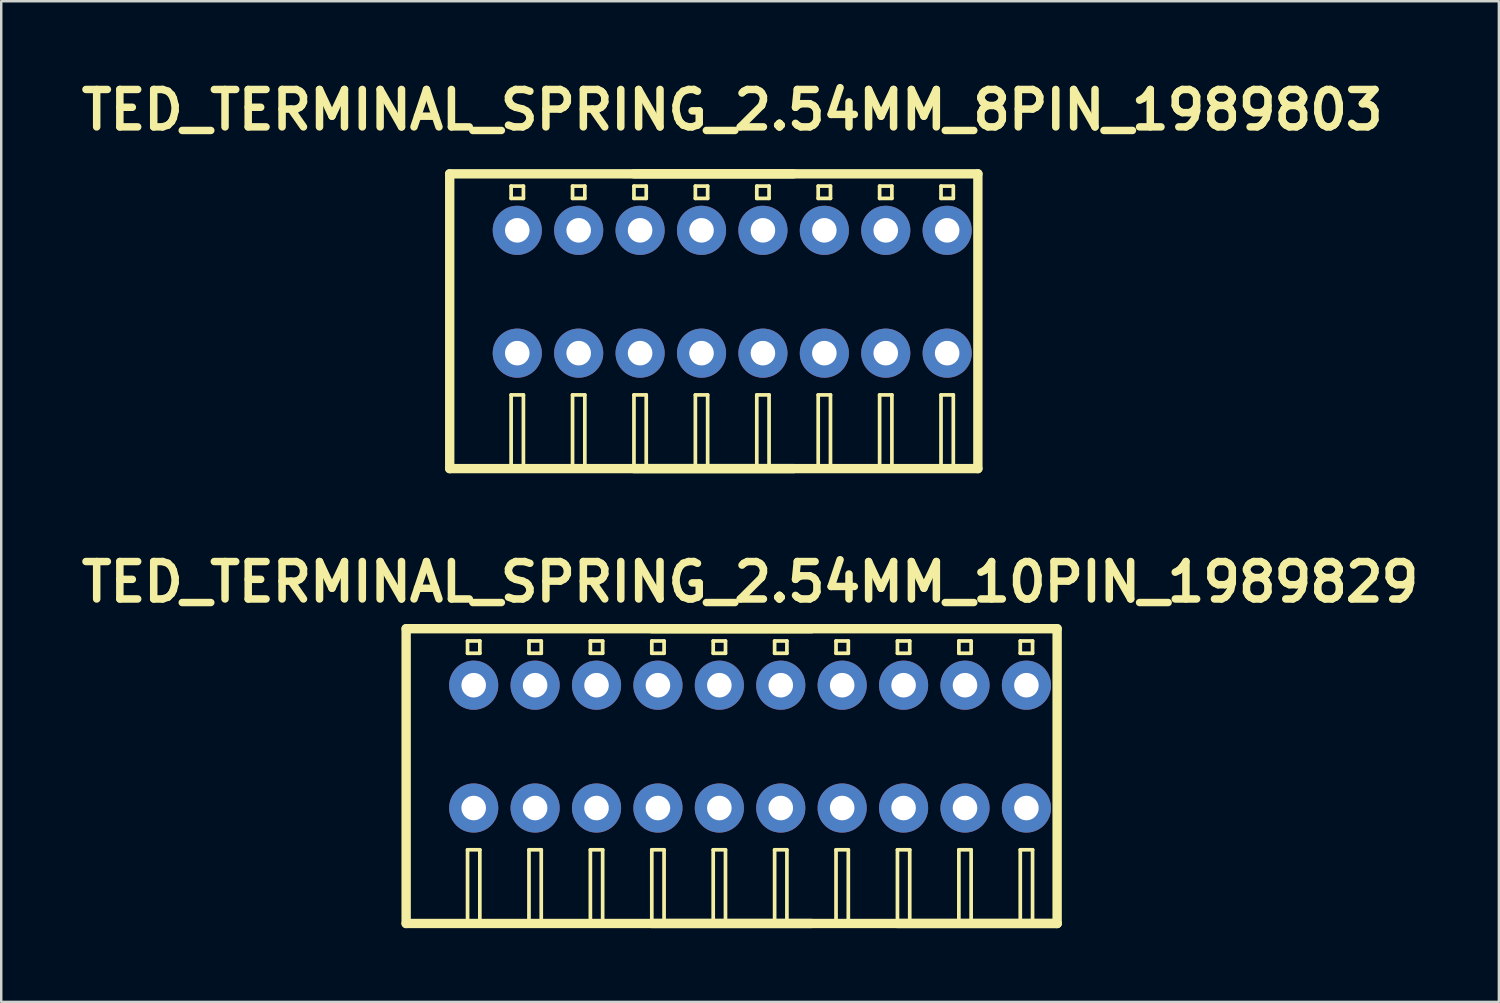
<source format=kicad_pcb>
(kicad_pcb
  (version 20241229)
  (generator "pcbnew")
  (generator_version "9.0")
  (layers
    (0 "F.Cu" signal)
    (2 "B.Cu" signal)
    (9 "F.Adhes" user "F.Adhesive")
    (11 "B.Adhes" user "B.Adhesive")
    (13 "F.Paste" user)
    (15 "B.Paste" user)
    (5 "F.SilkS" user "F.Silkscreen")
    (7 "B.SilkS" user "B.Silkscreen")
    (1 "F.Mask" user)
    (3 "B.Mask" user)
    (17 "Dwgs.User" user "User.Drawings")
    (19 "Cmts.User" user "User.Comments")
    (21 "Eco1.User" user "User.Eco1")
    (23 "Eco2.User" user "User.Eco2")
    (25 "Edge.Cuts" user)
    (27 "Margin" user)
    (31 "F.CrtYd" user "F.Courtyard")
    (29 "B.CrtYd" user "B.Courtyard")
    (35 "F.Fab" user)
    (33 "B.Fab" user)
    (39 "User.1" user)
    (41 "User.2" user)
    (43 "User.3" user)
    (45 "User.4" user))
  (footprint "TED_TERMINAL_SPRING_2.54MM_10PIN_1989829"
    (layer "F.Cu")
    (at 27.483 28.543)
    (property "Reference" "TED_TERMINAL_SPRING_2.54MM_10PIN_1989829" (at 0 -7.9 0) (layer "F.SilkS") (effects (font (size 1.524 1.524) (thickness 0.305))))
    (attr through_hole)
    (fp_line (start -14 -6) (end -14 6) (stroke (width 0.381) (type solid)) (layer "F.SilkS"))
    (fp_line (start -14 6) (end 12.5 6) (stroke (width 0.381) (type solid)) (layer "F.SilkS"))
    (fp_line (start -11.5 -5.5) (end -11.5 -5) (stroke (width 0.15) (type solid)) (layer "F.SilkS"))
    (fp_line (start -11.5 -5.5) (end -11 -5.5) (stroke (width 0.15) (type solid)) (layer "F.SilkS"))
    (fp_line (start -11.5 -5) (end -11 -5) (stroke (width 0.15) (type solid)) (layer "F.SilkS"))
    (fp_line (start -11.5 3) (end -11.5 6) (stroke (width 0.15) (type solid)) (layer "F.SilkS"))
    (fp_line (start -11.5 3) (end -11 3) (stroke (width 0.15) (type solid)) (layer "F.SilkS"))
    (fp_line (start -11 -5.5) (end -11 -5) (stroke (width 0.15) (type solid)) (layer "F.SilkS"))
    (fp_line (start -11 3) (end -11 6) (stroke (width 0.15) (type solid)) (layer "F.SilkS"))
    (fp_line (start -9 -5.5) (end -9 -5) (stroke (width 0.15) (type solid)) (layer "F.SilkS"))
    (fp_line (start -9 -5.5) (end -8.5 -5.5) (stroke (width 0.15) (type solid)) (layer "F.SilkS"))
    (fp_line (start -9 -5) (end -8.5 -5) (stroke (width 0.15) (type solid)) (layer "F.SilkS"))
    (fp_line (start -9 3) (end -9 6) (stroke (width 0.15) (type solid)) (layer "F.SilkS"))
    (fp_line (start -9 3) (end -8.5 3) (stroke (width 0.15) (type solid)) (layer "F.SilkS"))
    (fp_line (start -8.5 -5.5) (end -8.5 -5) (stroke (width 0.15) (type solid)) (layer "F.SilkS"))
    (fp_line (start -8.5 3) (end -8.5 6) (stroke (width 0.15) (type solid)) (layer "F.SilkS"))
    (fp_line (start -6.5 -5.5) (end -6.5 -5) (stroke (width 0.15) (type solid)) (layer "F.SilkS"))
    (fp_line (start -6.5 -5.5) (end -6 -5.5) (stroke (width 0.15) (type solid)) (layer "F.SilkS"))
    (fp_line (start -6.5 -5) (end -6 -5) (stroke (width 0.15) (type solid)) (layer "F.SilkS"))
    (fp_line (start -6.5 3) (end -6.5 6) (stroke (width 0.15) (type solid)) (layer "F.SilkS"))
    (fp_line (start -6.5 3) (end -6 3) (stroke (width 0.15) (type solid)) (layer "F.SilkS"))
    (fp_line (start -6 -5.5) (end -6 -5) (stroke (width 0.15) (type solid)) (layer "F.SilkS"))
    (fp_line (start -6 3) (end -6 6) (stroke (width 0.15) (type solid)) (layer "F.SilkS"))
    (fp_line (start -4 -5.5) (end -4 -5) (stroke (width 0.15) (type solid)) (layer "F.SilkS"))
    (fp_line (start -4 -5.5) (end -3.5 -5.5) (stroke (width 0.15) (type solid)) (layer "F.SilkS"))
    (fp_line (start -4 -5) (end -3.5 -5) (stroke (width 0.15) (type solid)) (layer "F.SilkS"))
    (fp_line (start -4 3) (end -4 6) (stroke (width 0.15) (type solid)) (layer "F.SilkS"))
    (fp_line (start -4 3) (end -3.5 3) (stroke (width 0.15) (type solid)) (layer "F.SilkS"))
    (fp_line (start -4 6) (end 2.5 6) (stroke (width 0.381) (type solid)) (layer "F.SilkS"))
    (fp_line (start -3.5 -5.5) (end -3.5 -5) (stroke (width 0.15) (type solid)) (layer "F.SilkS"))
    (fp_line (start -3.5 3) (end -3.5 6) (stroke (width 0.15) (type solid)) (layer "F.SilkS"))
    (fp_line (start -1.5 -5.5) (end -1.5 -5) (stroke (width 0.15) (type solid)) (layer "F.SilkS"))
    (fp_line (start -1.5 -5.5) (end -1 -5.5) (stroke (width 0.15) (type solid)) (layer "F.SilkS"))
    (fp_line (start -1.5 -5) (end -1 -5) (stroke (width 0.15) (type solid)) (layer "F.SilkS"))
    (fp_line (start -1.5 3) (end -1.5 6) (stroke (width 0.15) (type solid)) (layer "F.SilkS"))
    (fp_line (start -1.5 3) (end -1 3) (stroke (width 0.15) (type solid)) (layer "F.SilkS"))
    (fp_line (start -1 -5.5) (end -1 -5) (stroke (width 0.15) (type solid)) (layer "F.SilkS"))
    (fp_line (start -1 3) (end -1 6) (stroke (width 0.15) (type solid)) (layer "F.SilkS"))
    (fp_line (start 1 -5.5) (end 1 -5) (stroke (width 0.15) (type solid)) (layer "F.SilkS"))
    (fp_line (start 1 -5.5) (end 1.5 -5.5) (stroke (width 0.15) (type solid)) (layer "F.SilkS"))
    (fp_line (start 1 -5) (end 1.5 -5) (stroke (width 0.15) (type solid)) (layer "F.SilkS"))
    (fp_line (start 1 3) (end 1 6) (stroke (width 0.15) (type solid)) (layer "F.SilkS"))
    (fp_line (start 1 3) (end 1.5 3) (stroke (width 0.15) (type solid)) (layer "F.SilkS"))
    (fp_line (start 1.5 -5.5) (end 1.5 -5) (stroke (width 0.15) (type solid)) (layer "F.SilkS"))
    (fp_line (start 1.5 3) (end 1.5 6) (stroke (width 0.15) (type solid)) (layer "F.SilkS"))
    (fp_line (start 2.5 -6) (end -4 -6) (stroke (width 0.381) (type solid)) (layer "F.SilkS"))
    (fp_line (start 3.5 -5.5) (end 3.5 -5) (stroke (width 0.15) (type solid)) (layer "F.SilkS"))
    (fp_line (start 3.5 -5.5) (end 4 -5.5) (stroke (width 0.15) (type solid)) (layer "F.SilkS"))
    (fp_line (start 3.5 -5) (end 4 -5) (stroke (width 0.15) (type solid)) (layer "F.SilkS"))
    (fp_line (start 3.5 3) (end 3.5 6) (stroke (width 0.15) (type solid)) (layer "F.SilkS"))
    (fp_line (start 3.5 3) (end 4 3) (stroke (width 0.15) (type solid)) (layer "F.SilkS"))
    (fp_line (start 4 -5.5) (end 4 -5) (stroke (width 0.15) (type solid)) (layer "F.SilkS"))
    (fp_line (start 4 3) (end 4 6) (stroke (width 0.15) (type solid)) (layer "F.SilkS"))
    (fp_line (start 6 -5.5) (end 6 -5) (stroke (width 0.15) (type solid)) (layer "F.SilkS"))
    (fp_line (start 6 -5.5) (end 6.5 -5.5) (stroke (width 0.15) (type solid)) (layer "F.SilkS"))
    (fp_line (start 6 -5) (end 6.5 -5) (stroke (width 0.15) (type solid)) (layer "F.SilkS"))
    (fp_line (start 6 3) (end 6 6) (stroke (width 0.15) (type solid)) (layer "F.SilkS"))
    (fp_line (start 6 3) (end 6.5 3) (stroke (width 0.15) (type solid)) (layer "F.SilkS"))
    (fp_line (start 6 6) (end 12.5 6) (stroke (width 0.381) (type solid)) (layer "F.SilkS"))
    (fp_line (start 6.5 -5.5) (end 6.5 -5) (stroke (width 0.15) (type solid)) (layer "F.SilkS"))
    (fp_line (start 6.5 3) (end 6.5 6) (stroke (width 0.15) (type solid)) (layer "F.SilkS"))
    (fp_line (start 8.5 -5.5) (end 8.5 -5) (stroke (width 0.15) (type solid)) (layer "F.SilkS"))
    (fp_line (start 8.5 -5.5) (end 9 -5.5) (stroke (width 0.15) (type solid)) (layer "F.SilkS"))
    (fp_line (start 8.5 -5) (end 9 -5) (stroke (width 0.15) (type solid)) (layer "F.SilkS"))
    (fp_line (start 8.5 3) (end 8.5 6) (stroke (width 0.15) (type solid)) (layer "F.SilkS"))
    (fp_line (start 8.5 3) (end 9 3) (stroke (width 0.15) (type solid)) (layer "F.SilkS"))
    (fp_line (start 9 -5.5) (end 9 -5) (stroke (width 0.15) (type solid)) (layer "F.SilkS"))
    (fp_line (start 9 3) (end 9 6) (stroke (width 0.15) (type solid)) (layer "F.SilkS"))
    (fp_line (start 11 -5.5) (end 11 -5) (stroke (width 0.15) (type solid)) (layer "F.SilkS"))
    (fp_line (start 11 -5.5) (end 11.5 -5.5) (stroke (width 0.15) (type solid)) (layer "F.SilkS"))
    (fp_line (start 11 -5) (end 11.5 -5) (stroke (width 0.15) (type solid)) (layer "F.SilkS"))
    (fp_line (start 11 3) (end 11 6) (stroke (width 0.15) (type solid)) (layer "F.SilkS"))
    (fp_line (start 11 3) (end 11.5 3) (stroke (width 0.15) (type solid)) (layer "F.SilkS"))
    (fp_line (start 11.5 -5.5) (end 11.5 -5) (stroke (width 0.15) (type solid)) (layer "F.SilkS"))
    (fp_line (start 11.5 3) (end 11.5 6) (stroke (width 0.15) (type solid)) (layer "F.SilkS"))
    (fp_line (start 12.5 -6) (end -14 -6) (stroke (width 0.381) (type solid)) (layer "F.SilkS"))
    (fp_line (start 12.5 6) (end 12.5 -6) (stroke (width 0.381) (type solid)) (layer "F.SilkS"))
    (pad "1" thru_hole circle (at -11.25 -3.7) (size 2 2) (drill 1) (layers "*.Cu" "*.Mask"))
    (pad "1" thru_hole circle (at -11.25 1.3) (size 2 2) (drill 1) (layers "*.Cu" "*.Mask"))
    (pad "2" thru_hole circle (at -8.75 -3.7) (size 2 2) (drill 1) (layers "*.Cu" "*.Mask"))
    (pad "2" thru_hole circle (at -8.75 1.3) (size 2 2) (drill 1) (layers "*.Cu" "*.Mask"))
    (pad "3" thru_hole circle (at -6.25 -3.7) (size 2 2) (drill 1) (layers "*.Cu" "*.Mask"))
    (pad "3" thru_hole circle (at -6.25 1.3) (size 2 2) (drill 1) (layers "*.Cu" "*.Mask"))
    (pad "4" thru_hole circle (at -3.75 -3.7) (size 2 2) (drill 1) (layers "*.Cu" "*.Mask"))
    (pad "4" thru_hole circle (at -3.75 1.3) (size 2 2) (drill 1) (layers "*.Cu" "*.Mask"))
    (pad "5" thru_hole circle (at -1.25 -3.7) (size 2 2) (drill 1) (layers "*.Cu" "*.Mask"))
    (pad "5" thru_hole circle (at -1.25 1.3) (size 2 2) (drill 1) (layers "*.Cu" "*.Mask"))
    (pad "6" thru_hole circle (at 1.25 -3.7) (size 2 2) (drill 1) (layers "*.Cu" "*.Mask"))
    (pad "6" thru_hole circle (at 1.25 1.3) (size 2 2) (drill 1) (layers "*.Cu" "*.Mask"))
    (pad "7" thru_hole circle (at 3.75 -3.7) (size 2 2) (drill 1) (layers "*.Cu" "*.Mask"))
    (pad "7" thru_hole circle (at 3.75 1.3) (size 2 2) (drill 1) (layers "*.Cu" "*.Mask"))
    (pad "8" thru_hole circle (at 6.25 -3.7) (size 2 2) (drill 1) (layers "*.Cu" "*.Mask"))
    (pad "8" thru_hole circle (at 6.25 1.3) (size 2 2) (drill 1) (layers "*.Cu" "*.Mask"))
    (pad "9" thru_hole circle (at 8.75 -3.7) (size 2 2) (drill 1) (layers "*.Cu" "*.Mask"))
    (pad "9" thru_hole circle (at 8.75 1.3) (size 2 2) (drill 1) (layers "*.Cu" "*.Mask"))
    (pad "10" thru_hole circle (at 11.25 -3.7) (size 2 2) (drill 1) (layers "*.Cu" "*.Mask"))
    (pad "10" thru_hole circle (at 11.25 1.3) (size 2 2) (drill 1) (layers "*.Cu" "*.Mask")))
  (footprint "TED_TERMINAL_SPRING_2.54MM_8PIN_1989803"
    (layer "F.Cu")
    (at 26.757 10.026)
    (property "Reference" "TED_TERMINAL_SPRING_2.54MM_8PIN_1989803" (at 0 -8.6 0) (layer "F.SilkS") (effects (font (size 1.524 1.524) (thickness 0.305))))
    (attr through_hole)
    (fp_line (start -11.5 -6) (end -11.5 6) (stroke (width 0.381) (type solid)) (layer "F.SilkS"))
    (fp_line (start -11.5 6) (end 10 6) (stroke (width 0.381) (type solid)) (layer "F.SilkS"))
    (fp_line (start -9 -5.5) (end -9 -5) (stroke (width 0.15) (type solid)) (layer "F.SilkS"))
    (fp_line (start -9 -5.5) (end -8.5 -5.5) (stroke (width 0.15) (type solid)) (layer "F.SilkS"))
    (fp_line (start -9 -5) (end -8.5 -5) (stroke (width 0.15) (type solid)) (layer "F.SilkS"))
    (fp_line (start -9 3) (end -9 6) (stroke (width 0.15) (type solid)) (layer "F.SilkS"))
    (fp_line (start -9 3) (end -8.5 3) (stroke (width 0.15) (type solid)) (layer "F.SilkS"))
    (fp_line (start -8.5 -5.5) (end -8.5 -5) (stroke (width 0.15) (type solid)) (layer "F.SilkS"))
    (fp_line (start -8.5 3) (end -8.5 6) (stroke (width 0.15) (type solid)) (layer "F.SilkS"))
    (fp_line (start -6.5 -5.5) (end -6.5 -5) (stroke (width 0.15) (type solid)) (layer "F.SilkS"))
    (fp_line (start -6.5 -5.5) (end -6 -5.5) (stroke (width 0.15) (type solid)) (layer "F.SilkS"))
    (fp_line (start -6.5 -5) (end -6 -5) (stroke (width 0.15) (type solid)) (layer "F.SilkS"))
    (fp_line (start -6.5 3) (end -6.5 6) (stroke (width 0.15) (type solid)) (layer "F.SilkS"))
    (fp_line (start -6.5 3) (end -6 3) (stroke (width 0.15) (type solid)) (layer "F.SilkS"))
    (fp_line (start -6 -5.5) (end -6 -5) (stroke (width 0.15) (type solid)) (layer "F.SilkS"))
    (fp_line (start -6 3) (end -6 6) (stroke (width 0.15) (type solid)) (layer "F.SilkS"))
    (fp_line (start -4 -5.5) (end -4 -5) (stroke (width 0.15) (type solid)) (layer "F.SilkS"))
    (fp_line (start -4 -5.5) (end -3.5 -5.5) (stroke (width 0.15) (type solid)) (layer "F.SilkS"))
    (fp_line (start -4 -5) (end -3.5 -5) (stroke (width 0.15) (type solid)) (layer "F.SilkS"))
    (fp_line (start -4 3) (end -4 6) (stroke (width 0.15) (type solid)) (layer "F.SilkS"))
    (fp_line (start -4 3) (end -3.5 3) (stroke (width 0.15) (type solid)) (layer "F.SilkS"))
    (fp_line (start -4 6) (end 2.5 6) (stroke (width 0.381) (type solid)) (layer "F.SilkS"))
    (fp_line (start -3.5 -5.5) (end -3.5 -5) (stroke (width 0.15) (type solid)) (layer "F.SilkS"))
    (fp_line (start -3.5 3) (end -3.5 6) (stroke (width 0.15) (type solid)) (layer "F.SilkS"))
    (fp_line (start -1.5 -5.5) (end -1.5 -5) (stroke (width 0.15) (type solid)) (layer "F.SilkS"))
    (fp_line (start -1.5 -5.5) (end -1 -5.5) (stroke (width 0.15) (type solid)) (layer "F.SilkS"))
    (fp_line (start -1.5 -5) (end -1 -5) (stroke (width 0.15) (type solid)) (layer "F.SilkS"))
    (fp_line (start -1.5 3) (end -1.5 6) (stroke (width 0.15) (type solid)) (layer "F.SilkS"))
    (fp_line (start -1.5 3) (end -1 3) (stroke (width 0.15) (type solid)) (layer "F.SilkS"))
    (fp_line (start -1 -5.5) (end -1 -5) (stroke (width 0.15) (type solid)) (layer "F.SilkS"))
    (fp_line (start -1 3) (end -1 6) (stroke (width 0.15) (type solid)) (layer "F.SilkS"))
    (fp_line (start 1 -5.5) (end 1 -5) (stroke (width 0.15) (type solid)) (layer "F.SilkS"))
    (fp_line (start 1 -5.5) (end 1.5 -5.5) (stroke (width 0.15) (type solid)) (layer "F.SilkS"))
    (fp_line (start 1 -5) (end 1.5 -5) (stroke (width 0.15) (type solid)) (layer "F.SilkS"))
    (fp_line (start 1 3) (end 1 6) (stroke (width 0.15) (type solid)) (layer "F.SilkS"))
    (fp_line (start 1 3) (end 1.5 3) (stroke (width 0.15) (type solid)) (layer "F.SilkS"))
    (fp_line (start 1.5 -5.5) (end 1.5 -5) (stroke (width 0.15) (type solid)) (layer "F.SilkS"))
    (fp_line (start 1.5 3) (end 1.5 6) (stroke (width 0.15) (type solid)) (layer "F.SilkS"))
    (fp_line (start 2.5 -6) (end -4 -6) (stroke (width 0.381) (type solid)) (layer "F.SilkS"))
    (fp_line (start 3.5 -5.5) (end 3.5 -5) (stroke (width 0.15) (type solid)) (layer "F.SilkS"))
    (fp_line (start 3.5 -5.5) (end 4 -5.5) (stroke (width 0.15) (type solid)) (layer "F.SilkS"))
    (fp_line (start 3.5 -5) (end 4 -5) (stroke (width 0.15) (type solid)) (layer "F.SilkS"))
    (fp_line (start 3.5 3) (end 3.5 6) (stroke (width 0.15) (type solid)) (layer "F.SilkS"))
    (fp_line (start 3.5 3) (end 4 3) (stroke (width 0.15) (type solid)) (layer "F.SilkS"))
    (fp_line (start 4 -5.5) (end 4 -5) (stroke (width 0.15) (type solid)) (layer "F.SilkS"))
    (fp_line (start 4 3) (end 4 6) (stroke (width 0.15) (type solid)) (layer "F.SilkS"))
    (fp_line (start 6 -5.5) (end 6 -5) (stroke (width 0.15) (type solid)) (layer "F.SilkS"))
    (fp_line (start 6 -5.5) (end 6.5 -5.5) (stroke (width 0.15) (type solid)) (layer "F.SilkS"))
    (fp_line (start 6 -5) (end 6.5 -5) (stroke (width 0.15) (type solid)) (layer "F.SilkS"))
    (fp_line (start 6 3) (end 6 6) (stroke (width 0.15) (type solid)) (layer "F.SilkS"))
    (fp_line (start 6 3) (end 6.5 3) (stroke (width 0.15) (type solid)) (layer "F.SilkS"))
    (fp_line (start 6.5 -5.5) (end 6.5 -5) (stroke (width 0.15) (type solid)) (layer "F.SilkS"))
    (fp_line (start 6.5 3) (end 6.5 6) (stroke (width 0.15) (type solid)) (layer "F.SilkS"))
    (fp_line (start 8.5 -5.5) (end 8.5 -5) (stroke (width 0.15) (type solid)) (layer "F.SilkS"))
    (fp_line (start 8.5 -5.5) (end 9 -5.5) (stroke (width 0.15) (type solid)) (layer "F.SilkS"))
    (fp_line (start 8.5 -5) (end 9 -5) (stroke (width 0.15) (type solid)) (layer "F.SilkS"))
    (fp_line (start 8.5 3) (end 8.5 6) (stroke (width 0.15) (type solid)) (layer "F.SilkS"))
    (fp_line (start 8.5 3) (end 9 3) (stroke (width 0.15) (type solid)) (layer "F.SilkS"))
    (fp_line (start 9 -5.5) (end 9 -5) (stroke (width 0.15) (type solid)) (layer "F.SilkS"))
    (fp_line (start 9 3) (end 9 6) (stroke (width 0.15) (type solid)) (layer "F.SilkS"))
    (fp_line (start 10 -6) (end -11.5 -6) (stroke (width 0.381) (type solid)) (layer "F.SilkS"))
    (fp_line (start 10 6) (end 10 -6) (stroke (width 0.381) (type solid)) (layer "F.SilkS"))
    (pad "1" thru_hole circle (at -8.75 -3.7) (size 2 2) (drill 1) (layers "*.Cu" "*.Mask"))
    (pad "1" thru_hole circle (at -8.75 1.3) (size 2 2) (drill 1) (layers "*.Cu" "*.Mask"))
    (pad "2" thru_hole circle (at -6.25 -3.7) (size 2 2) (drill 1) (layers "*.Cu" "*.Mask"))
    (pad "2" thru_hole circle (at -6.25 1.3) (size 2 2) (drill 1) (layers "*.Cu" "*.Mask"))
    (pad "3" thru_hole circle (at -3.75 -3.7) (size 2 2) (drill 1) (layers "*.Cu" "*.Mask"))
    (pad "3" thru_hole circle (at -3.75 1.3) (size 2 2) (drill 1) (layers "*.Cu" "*.Mask"))
    (pad "4" thru_hole circle (at -1.25 -3.7) (size 2 2) (drill 1) (layers "*.Cu" "*.Mask"))
    (pad "4" thru_hole circle (at -1.25 1.3) (size 2 2) (drill 1) (layers "*.Cu" "*.Mask"))
    (pad "5" thru_hole circle (at 1.25 -3.7) (size 2 2) (drill 1) (layers "*.Cu" "*.Mask"))
    (pad "5" thru_hole circle (at 1.25 1.3) (size 2 2) (drill 1) (layers "*.Cu" "*.Mask"))
    (pad "6" thru_hole circle (at 3.75 -3.7) (size 2 2) (drill 1) (layers "*.Cu" "*.Mask"))
    (pad "6" thru_hole circle (at 3.75 1.3) (size 2 2) (drill 1) (layers "*.Cu" "*.Mask"))
    (pad "7" thru_hole circle (at 6.25 -3.7) (size 2 2) (drill 1) (layers "*.Cu" "*.Mask"))
    (pad "7" thru_hole circle (at 6.25 1.3) (size 2 2) (drill 1) (layers "*.Cu" "*.Mask"))
    (pad "8" thru_hole circle (at 8.75 -3.7) (size 2 2) (drill 1) (layers "*.Cu" "*.Mask"))
    (pad "8" thru_hole circle (at 8.75 1.3) (size 2 2) (drill 1) (layers "*.Cu" "*.Mask")))
  (gr_rect
    (start -3 -3)
    (end 57.966 37.734)
    (stroke (width 0.1) (type default))
    (fill no)
    (layer "Edge.Cuts")))
</source>
